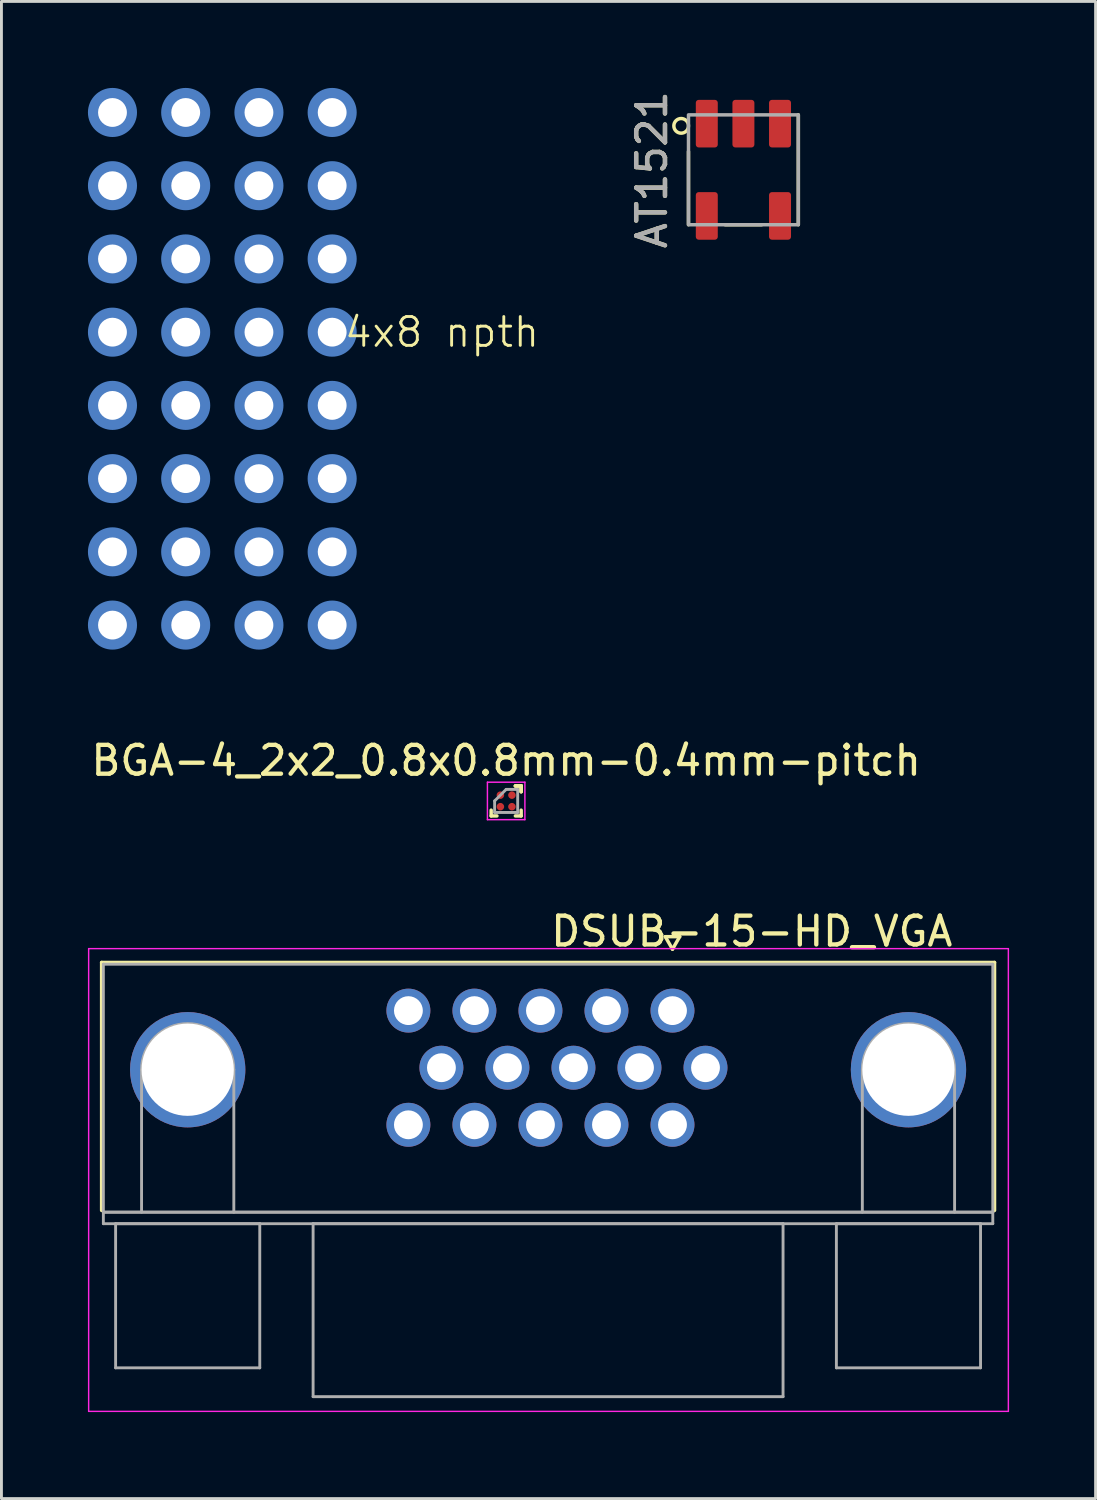
<source format=kicad_pcb>
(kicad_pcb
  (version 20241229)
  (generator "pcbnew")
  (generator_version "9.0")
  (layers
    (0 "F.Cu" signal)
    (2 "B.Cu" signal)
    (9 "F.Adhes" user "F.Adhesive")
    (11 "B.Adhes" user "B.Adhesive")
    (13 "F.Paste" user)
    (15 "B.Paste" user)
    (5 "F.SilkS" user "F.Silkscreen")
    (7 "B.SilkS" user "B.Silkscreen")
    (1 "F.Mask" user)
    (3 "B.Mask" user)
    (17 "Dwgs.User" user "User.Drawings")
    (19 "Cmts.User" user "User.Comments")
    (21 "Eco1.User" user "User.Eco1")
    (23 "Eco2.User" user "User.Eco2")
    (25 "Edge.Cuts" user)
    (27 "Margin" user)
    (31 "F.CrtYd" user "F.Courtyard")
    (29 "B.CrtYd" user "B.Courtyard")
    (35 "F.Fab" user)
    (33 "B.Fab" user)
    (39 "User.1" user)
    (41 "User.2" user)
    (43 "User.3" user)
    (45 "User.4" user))
  (footprint "AT1521"
    (layer "F.Cu")
    (at 22.735 2.839)
    (property "Reference" "AT1521" (at -3.175 0 90) (unlocked yes) (layer "F.SilkS") (effects (font (size 1 1) (thickness 0.15))))
    (attr smd)
    (fp_line (start -1.905 -0.635) (end -1.905 1.905) (stroke (width 0.12) (type solid)) (layer "F.SilkS"))
    (fp_line (start 0.635 1.905) (end -0.635 1.905) (stroke (width 0.12) (type solid)) (layer "F.SilkS"))
    (fp_line (start 1.905 -1.905) (end 1.905 1.905) (stroke (width 0.12) (type solid)) (layer "F.SilkS"))
    (fp_circle (center -2.159 -1.524) (end -1.905 -1.524) (stroke (width 0.12) (type solid)) (fill no) (layer "F.SilkS"))
    (fp_rect (start 1.905 1.905) (end -1.905 -1.905) (stroke (width 0.12) (type solid)) (fill no) (layer "F.Fab"))
    (fp_text user "${REFERENCE}" (at -3.175 0 90) (unlocked yes) (layer "F.Fab") (effects (font (size 1 1) (thickness 0.15))))
    (pad "1" smd roundrect (at -1.27 -1.6 90) (size 1.651 0.762) (layers "F.Cu" "F.Mask" "F.Paste") (roundrect_rratio 0.133))
    (pad "2" smd roundrect (at 0 -1.6 90) (size 1.651 0.762) (layers "F.Cu" "F.Mask" "F.Paste") (roundrect_rratio 0.133))
    (pad "3" smd roundrect (at 1.27 -1.6 90) (size 1.651 0.762) (layers "F.Cu" "F.Mask" "F.Paste") (roundrect_rratio 0.133))
    (pad "4" smd roundrect (at 1.27 1.6 90) (size 1.651 0.762) (layers "F.Cu" "F.Mask" "F.Paste") (roundrect_rratio 0.133))
    (pad "5" smd roundrect (at -1.27 1.6 90) (size 1.651 0.762) (layers "F.Cu" "F.Mask" "F.Paste") (roundrect_rratio 0.133)))
  (footprint "4x8 npth"
    (layer "F.Cu")
    (at 4.661 9.741)
    (property "Reference" "4x8 npth" (at 7.62 -1.27 0) (unlocked yes) (layer "F.SilkS") (effects (font (size 1 1) (thickness 0.1))))
    (pad "" np_thru_hole circle (at -3.81 -8.89) (size 1.702 1.702) (drill 1) (layers "B.Cu" "B.Mask"))
    (pad "" np_thru_hole circle (at -3.81 -6.35) (size 1.702 1.702) (drill 1) (layers "B.Cu" "B.Mask"))
    (pad "" np_thru_hole circle (at -3.81 -3.81) (size 1.702 1.702) (drill 1) (layers "B.Cu" "B.Mask"))
    (pad "" np_thru_hole circle (at -3.81 -1.27) (size 1.702 1.702) (drill 1) (layers "B.Cu" "B.Mask"))
    (pad "" np_thru_hole circle (at -3.81 1.27) (size 1.702 1.702) (drill 1) (layers "B.Cu" "B.Mask"))
    (pad "" np_thru_hole circle (at -3.81 3.81) (size 1.702 1.702) (drill 1) (layers "B.Cu" "B.Mask"))
    (pad "" np_thru_hole circle (at -3.81 6.35) (size 1.702 1.702) (drill 1) (layers "B.Cu" "B.Mask"))
    (pad "" np_thru_hole circle (at -3.81 8.89) (size 1.702 1.702) (drill 1) (layers "B.Cu" "B.Mask"))
    (pad "" np_thru_hole circle (at -1.27 -8.89) (size 1.702 1.702) (drill 1) (layers "B.Cu" "B.Mask"))
    (pad "" np_thru_hole circle (at -1.27 -6.35) (size 1.702 1.702) (drill 1) (layers "B.Cu" "B.Mask"))
    (pad "" np_thru_hole circle (at -1.27 -3.81) (size 1.702 1.702) (drill 1) (layers "B.Cu" "B.Mask"))
    (pad "" np_thru_hole circle (at -1.27 -1.27) (size 1.702 1.702) (drill 1) (layers "B.Cu" "B.Mask"))
    (pad "" np_thru_hole circle (at -1.27 1.27) (size 1.702 1.702) (drill 1) (layers "B.Cu" "B.Mask"))
    (pad "" np_thru_hole circle (at -1.27 3.81) (size 1.702 1.702) (drill 1) (layers "B.Cu" "B.Mask"))
    (pad "" np_thru_hole circle (at -1.27 6.35) (size 1.702 1.702) (drill 1) (layers "B.Cu" "B.Mask"))
    (pad "" np_thru_hole circle (at -1.27 8.89) (size 1.702 1.702) (drill 1) (layers "B.Cu" "B.Mask"))
    (pad "" np_thru_hole circle (at 1.27 -8.89) (size 1.702 1.702) (drill 1) (layers "B.Cu" "B.Mask"))
    (pad "" np_thru_hole circle (at 1.27 -6.35) (size 1.702 1.702) (drill 1) (layers "B.Cu" "B.Mask"))
    (pad "" np_thru_hole circle (at 1.27 -3.81) (size 1.702 1.702) (drill 1) (layers "B.Cu" "B.Mask"))
    (pad "" np_thru_hole circle (at 1.27 -1.27) (size 1.702 1.702) (drill 1) (layers "B.Cu" "B.Mask"))
    (pad "" np_thru_hole circle (at 1.27 1.27) (size 1.702 1.702) (drill 1) (layers "B.Cu" "B.Mask"))
    (pad "" np_thru_hole circle (at 1.27 3.81) (size 1.702 1.702) (drill 1) (layers "B.Cu" "B.Mask"))
    (pad "" np_thru_hole circle (at 1.27 6.35) (size 1.702 1.702) (drill 1) (layers "B.Cu" "B.Mask"))
    (pad "" np_thru_hole circle (at 1.27 8.89) (size 1.702 1.702) (drill 1) (layers "B.Cu" "B.Mask"))
    (pad "" np_thru_hole circle (at 3.81 -8.89) (size 1.702 1.702) (drill 1) (layers "B.Cu" "B.Mask"))
    (pad "" np_thru_hole circle (at 3.81 -6.35) (size 1.702 1.702) (drill 1) (layers "B.Cu" "B.Mask"))
    (pad "" np_thru_hole circle (at 3.81 -3.81) (size 1.702 1.702) (drill 1) (layers "B.Cu" "B.Mask"))
    (pad "" np_thru_hole circle (at 3.81 -1.27) (size 1.702 1.702) (drill 1) (layers "B.Cu" "B.Mask"))
    (pad "" np_thru_hole circle (at 3.81 1.27) (size 1.702 1.702) (drill 1) (layers "B.Cu" "B.Mask"))
    (pad "" np_thru_hole circle (at 3.81 3.81) (size 1.702 1.702) (drill 1) (layers "B.Cu" "B.Mask"))
    (pad "" np_thru_hole circle (at 3.81 6.35) (size 1.702 1.702) (drill 1) (layers "B.Cu" "B.Mask"))
    (pad "" np_thru_hole circle (at 3.81 8.89) (size 1.702 1.702) (drill 1) (layers "B.Cu" "B.Mask")))
  (footprint "BGA-4_2x2_0.8x0.8mm-0.4mm-pitch"
    (layer "F.Cu")
    (at 14.506 24.73)
    (property "Reference" "BGA-4_2x2_0.8x0.8mm-0.4mm-pitch" (at 0 -1.4 0) (layer "F.SilkS") (effects (font (size 1 1) (thickness 0.15))))
    (attr through_hole)
    (fp_line (start -0.52 0.52) (end -0.52 0.32) (stroke (width 0.12) (type solid)) (layer "F.SilkS"))
    (fp_line (start -0.32 0.52) (end -0.52 0.52) (stroke (width 0.12) (type solid)) (layer "F.SilkS"))
    (fp_line (start 0.32 -0.52) (end 0.52 -0.52) (stroke (width 0.12) (type solid)) (layer "F.SilkS"))
    (fp_line (start 0.32 -0.52) (end 0.52 -0.52) (stroke (width 0.12) (type solid)) (layer "F.SilkS"))
    (fp_line (start 0.32 -0.52) (end 0.52 -0.52) (stroke (width 0.12) (type solid)) (layer "F.SilkS"))
    (fp_line (start 0.32 0.52) (end 0.52 0.52) (stroke (width 0.12) (type solid)) (layer "F.SilkS"))
    (fp_line (start 0.52 -0.52) (end 0.52 -0.32) (stroke (width 0.12) (type solid)) (layer "F.SilkS"))
    (fp_line (start 0.52 -0.52) (end 0.52 -0.32) (stroke (width 0.12) (type solid)) (layer "F.SilkS"))
    (fp_line (start 0.52 -0.52) (end 0.52 -0.32) (stroke (width 0.12) (type solid)) (layer "F.SilkS"))
    (fp_line (start 0.52 0.52) (end 0.52 0.32) (stroke (width 0.12) (type solid)) (layer "F.SilkS"))
    (fp_line (start -0.65 -0.65) (end 0.65 -0.65) (stroke (width 0.05) (type solid)) (layer "F.CrtYd"))
    (fp_line (start -0.65 0.65) (end -0.65 -0.65) (stroke (width 0.05) (type solid)) (layer "F.CrtYd"))
    (fp_line (start 0.65 -0.65) (end 0.65 0.65) (stroke (width 0.05) (type solid)) (layer "F.CrtYd"))
    (fp_line (start 0.65 0.65) (end -0.65 0.65) (stroke (width 0.05) (type solid)) (layer "F.CrtYd"))
    (fp_line (start -0.4 0) (end -0.4 0.4) (stroke (width 0.1) (type solid)) (layer "F.Fab"))
    (fp_line (start -0.4 0.4) (end 0.4 0.4) (stroke (width 0.1) (type solid)) (layer "F.Fab"))
    (fp_line (start 0 -0.4) (end -0.4 0) (stroke (width 0.1) (type solid)) (layer "F.Fab"))
    (fp_line (start 0.4 -0.4) (end 0 -0.4) (stroke (width 0.1) (type solid)) (layer "F.Fab"))
    (fp_line (start 0.4 0.4) (end 0.4 -0.4) (stroke (width 0.1) (type solid)) (layer "F.Fab"))
    (pad "A1" smd circle (at -0.2 -0.2) (size 0.26 0.26) (layers "F.Cu" "F.Mask" "F.Paste"))
    (pad "A2" smd circle (at 0.2 -0.2) (size 0.26 0.26) (layers "F.Cu" "F.Mask" "F.Paste"))
    (pad "B1" smd circle (at -0.2 0.2) (size 0.26 0.26) (layers "F.Cu" "F.Mask" "F.Paste"))
    (pad "B2" smd circle (at 0.2 0.2) (size 0.26 0.26) (layers "F.Cu" "F.Mask" "F.Paste")))
  (footprint "DSUB-15-HD_VGA"
    (layer "F.Cu")
    (at 20.275 32.003)
    (property "Reference" "DSUB-15-HD_VGA" (at 2.75 -2.75 180) (layer "F.SilkS") (effects (font (size 1 1) (thickness 0.15))))
    (attr through_hole)
    (fp_line (start -19.8 -1.67) (end 11.17 -1.67) (stroke (width 0.12) (type solid)) (layer "F.SilkS"))
    (fp_line (start -19.8 6.93) (end -19.8 -1.67) (stroke (width 0.12) (type solid)) (layer "F.SilkS"))
    (fp_line (start -0.25 -2.564) (end 0.25 -2.564) (stroke (width 0.12) (type solid)) (layer "F.SilkS"))
    (fp_line (start 0 -2.131) (end -0.25 -2.564) (stroke (width 0.12) (type solid)) (layer "F.SilkS"))
    (fp_line (start 0.25 -2.564) (end 0 -2.131) (stroke (width 0.12) (type solid)) (layer "F.SilkS"))
    (fp_line (start 11.17 -1.67) (end 11.17 6.93) (stroke (width 0.12) (type solid)) (layer "F.SilkS"))
    (fp_line (start -20.25 -2.15) (end -20.25 13.9) (stroke (width 0.05) (type solid)) (layer "F.CrtYd"))
    (fp_line (start -20.25 13.9) (end 11.65 13.9) (stroke (width 0.05) (type solid)) (layer "F.CrtYd"))
    (fp_line (start 11.65 -2.15) (end -20.25 -2.15) (stroke (width 0.05) (type solid)) (layer "F.CrtYd"))
    (fp_line (start 11.65 13.9) (end 11.65 -2.15) (stroke (width 0.05) (type solid)) (layer "F.CrtYd"))
    (fp_line (start -19.74 -1.61) (end -19.74 6.99) (stroke (width 0.1) (type solid)) (layer "F.Fab"))
    (fp_line (start -19.74 6.99) (end -19.74 7.39) (stroke (width 0.1) (type solid)) (layer "F.Fab"))
    (fp_line (start -19.74 6.99) (end 11.11 6.99) (stroke (width 0.1) (type solid)) (layer "F.Fab"))
    (fp_line (start -19.74 7.39) (end 11.11 7.39) (stroke (width 0.1) (type solid)) (layer "F.Fab"))
    (fp_line (start -19.315 7.39) (end -19.315 12.39) (stroke (width 0.1) (type solid)) (layer "F.Fab"))
    (fp_line (start -19.315 12.39) (end -14.315 12.39) (stroke (width 0.1) (type solid)) (layer "F.Fab"))
    (fp_line (start -18.415 6.99) (end -18.415 2.05) (stroke (width 0.1) (type solid)) (layer "F.Fab"))
    (fp_line (start -15.215 6.99) (end -15.215 2.05) (stroke (width 0.1) (type solid)) (layer "F.Fab"))
    (fp_line (start -14.315 7.39) (end -19.315 7.39) (stroke (width 0.1) (type solid)) (layer "F.Fab"))
    (fp_line (start -14.315 12.39) (end -14.315 7.39) (stroke (width 0.1) (type solid)) (layer "F.Fab"))
    (fp_line (start -12.465 7.39) (end -12.465 13.39) (stroke (width 0.1) (type solid)) (layer "F.Fab"))
    (fp_line (start -12.465 13.39) (end 3.835 13.39) (stroke (width 0.1) (type solid)) (layer "F.Fab"))
    (fp_line (start 3.835 7.39) (end -12.465 7.39) (stroke (width 0.1) (type solid)) (layer "F.Fab"))
    (fp_line (start 3.835 13.39) (end 3.835 7.39) (stroke (width 0.1) (type solid)) (layer "F.Fab"))
    (fp_line (start 5.685 7.39) (end 5.685 12.39) (stroke (width 0.1) (type solid)) (layer "F.Fab"))
    (fp_line (start 5.685 12.39) (end 10.685 12.39) (stroke (width 0.1) (type solid)) (layer "F.Fab"))
    (fp_line (start 6.585 6.99) (end 6.585 2.05) (stroke (width 0.1) (type solid)) (layer "F.Fab"))
    (fp_line (start 9.785 6.99) (end 9.785 2.05) (stroke (width 0.1) (type solid)) (layer "F.Fab"))
    (fp_line (start 10.685 7.39) (end 5.685 7.39) (stroke (width 0.1) (type solid)) (layer "F.Fab"))
    (fp_line (start 10.685 12.39) (end 10.685 7.39) (stroke (width 0.1) (type solid)) (layer "F.Fab"))
    (fp_line (start 11.11 -1.61) (end -19.74 -1.61) (stroke (width 0.1) (type solid)) (layer "F.Fab"))
    (fp_line (start 11.11 6.99) (end -19.74 6.99) (stroke (width 0.1) (type solid)) (layer "F.Fab"))
    (fp_line (start 11.11 6.99) (end 11.11 -1.61) (stroke (width 0.1) (type solid)) (layer "F.Fab"))
    (fp_line (start 11.11 7.39) (end 11.11 6.99) (stroke (width 0.1) (type solid)) (layer "F.Fab"))
    (fp_arc (start -18.415 2.05) (mid -16.815 0.45) (end -15.215 2.05) (stroke (width 0.1) (type solid)) (layer "F.Fab"))
    (fp_arc (start 6.585 2.05) (mid 8.185 0.45) (end 9.785 2.05) (stroke (width 0.1) (type solid)) (layer "F.Fab"))
    (pad "0" thru_hole circle (at -16.815 2.05) (size 4 4) (drill 3.2) (layers "*.Cu" "*.Mask"))
    (pad "0" thru_hole circle (at 8.185 2.05) (size 4 4) (drill 3.2) (layers "*.Cu" "*.Mask"))
    (pad "1" thru_hole circle (at 0 0) (size 1.524 1.524) (drill 1) (layers "*.Cu" "*.Mask"))
    (pad "2" thru_hole circle (at -2.29 0) (size 1.524 1.524) (drill 1) (layers "*.Cu" "*.Mask"))
    (pad "3" thru_hole circle (at -4.58 0) (size 1.524 1.524) (drill 1) (layers "*.Cu" "*.Mask"))
    (pad "4" thru_hole circle (at -6.87 0) (size 1.524 1.524) (drill 1) (layers "*.Cu" "*.Mask"))
    (pad "5" thru_hole circle (at -9.16 0) (size 1.524 1.524) (drill 1) (layers "*.Cu" "*.Mask"))
    (pad "6" thru_hole circle (at 1.145 1.98) (size 1.524 1.524) (drill 1) (layers "*.Cu" "*.Mask"))
    (pad "7" thru_hole circle (at -1.145 1.98) (size 1.524 1.524) (drill 1) (layers "*.Cu" "*.Mask"))
    (pad "8" thru_hole circle (at -3.435 1.98) (size 1.524 1.524) (drill 1) (layers "*.Cu" "*.Mask"))
    (pad "9" thru_hole circle (at -5.725 1.98) (size 1.524 1.524) (drill 1) (layers "*.Cu" "*.Mask"))
    (pad "10" thru_hole circle (at -8.015 1.98) (size 1.524 1.524) (drill 1) (layers "*.Cu" "*.Mask"))
    (pad "11" thru_hole circle (at 0 3.96) (size 1.524 1.524) (drill 1) (layers "*.Cu" "*.Mask"))
    (pad "12" thru_hole circle (at -2.29 3.96) (size 1.524 1.524) (drill 1) (layers "*.Cu" "*.Mask"))
    (pad "13" thru_hole circle (at -4.58 3.96) (size 1.524 1.524) (drill 1) (layers "*.Cu" "*.Mask"))
    (pad "14" thru_hole circle (at -6.87 3.96) (size 1.524 1.524) (drill 1) (layers "*.Cu" "*.Mask"))
    (pad "15" thru_hole circle (at -9.16 3.96) (size 1.524 1.524) (drill 1) (layers "*.Cu" "*.Mask")))
  (gr_rect
    (start -3 -3)
    (end 34.95 48.928)
    (stroke (width 0.1) (type default))
    (fill no)
    (layer "Edge.Cuts")))
</source>
